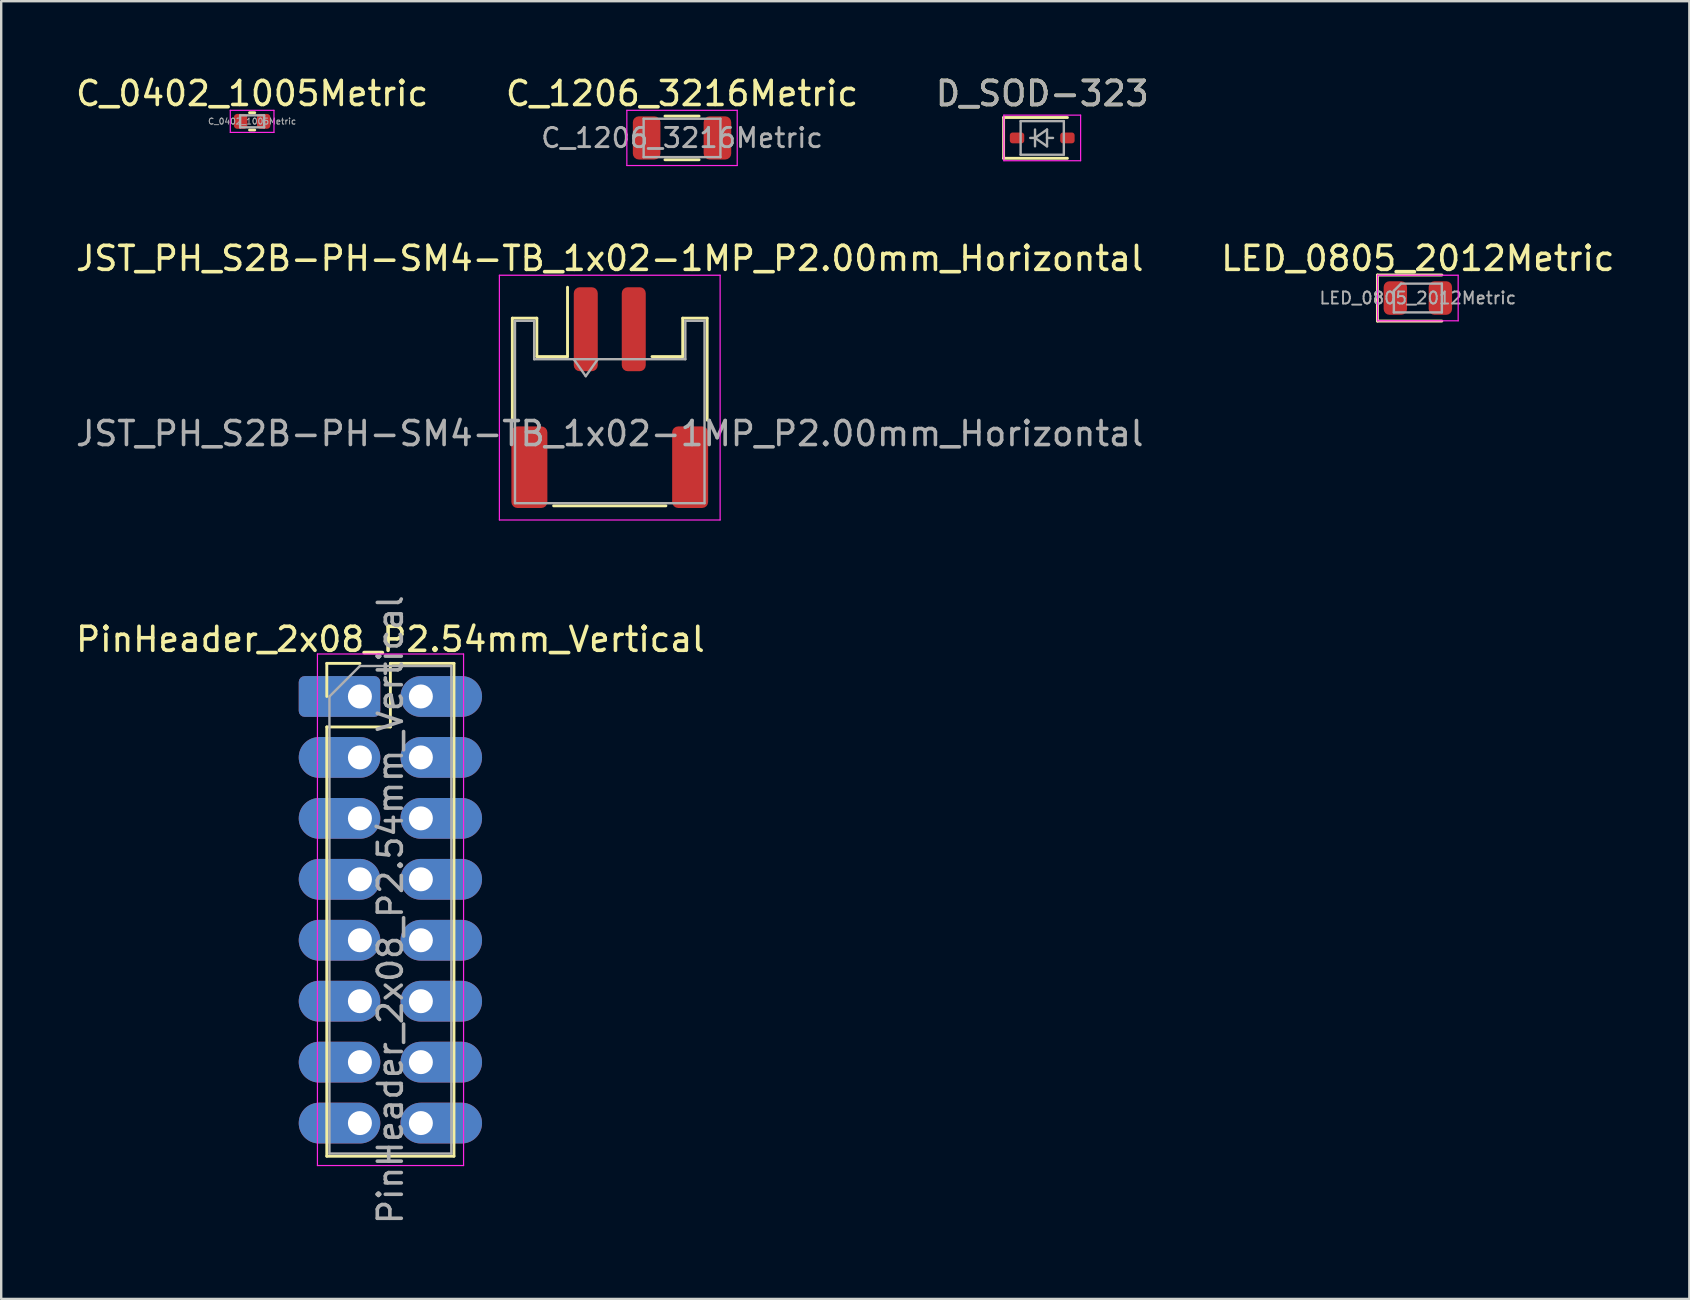
<source format=kicad_pcb>
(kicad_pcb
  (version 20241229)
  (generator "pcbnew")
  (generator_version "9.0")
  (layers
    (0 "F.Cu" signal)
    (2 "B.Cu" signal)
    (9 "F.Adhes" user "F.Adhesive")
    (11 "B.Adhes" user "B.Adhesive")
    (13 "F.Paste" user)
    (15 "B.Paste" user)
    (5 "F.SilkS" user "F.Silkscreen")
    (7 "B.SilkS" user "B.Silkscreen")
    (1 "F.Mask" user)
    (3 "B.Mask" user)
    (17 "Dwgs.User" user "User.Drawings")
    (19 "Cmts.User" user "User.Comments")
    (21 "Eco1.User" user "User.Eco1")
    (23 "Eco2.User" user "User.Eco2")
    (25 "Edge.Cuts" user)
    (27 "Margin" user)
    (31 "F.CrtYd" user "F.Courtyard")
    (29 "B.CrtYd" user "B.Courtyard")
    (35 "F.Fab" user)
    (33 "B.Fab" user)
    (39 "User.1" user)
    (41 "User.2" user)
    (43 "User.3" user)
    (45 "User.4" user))
  (footprint "D_SOD-323"
    (layer "F.Cu")
    (at 40.387 2.698)
    (property "Reference" "D_SOD-323" (at 0 -1.85 0) (layer "F.SilkS") (effects (font (size 1 1) (thickness 0.15))))
    (attr smd)
    (fp_line (start -1.61 -0.85) (end -1.61 0.85) (stroke (width 0.12) (type solid)) (layer "F.SilkS"))
    (fp_line (start -1.61 -0.85) (end 1.05 -0.85) (stroke (width 0.12) (type solid)) (layer "F.SilkS"))
    (fp_line (start -1.61 0.85) (end 1.05 0.85) (stroke (width 0.12) (type solid)) (layer "F.SilkS"))
    (fp_line (start -1.6 -0.95) (end -1.6 0.95) (stroke (width 0.05) (type solid)) (layer "F.CrtYd"))
    (fp_line (start -1.6 -0.95) (end 1.6 -0.95) (stroke (width 0.05) (type solid)) (layer "F.CrtYd"))
    (fp_line (start -1.6 0.95) (end 1.6 0.95) (stroke (width 0.05) (type solid)) (layer "F.CrtYd"))
    (fp_line (start 1.6 -0.95) (end 1.6 0.95) (stroke (width 0.05) (type solid)) (layer "F.CrtYd"))
    (fp_line (start -0.9 -0.7) (end 0.9 -0.7) (stroke (width 0.1) (type solid)) (layer "F.Fab"))
    (fp_line (start -0.9 0.7) (end -0.9 -0.7) (stroke (width 0.1) (type solid)) (layer "F.Fab"))
    (fp_line (start -0.3 -0.35) (end -0.3 0.35) (stroke (width 0.1) (type solid)) (layer "F.Fab"))
    (fp_line (start -0.3 0) (end -0.5 0) (stroke (width 0.1) (type solid)) (layer "F.Fab"))
    (fp_line (start -0.3 0) (end 0.2 -0.35) (stroke (width 0.1) (type solid)) (layer "F.Fab"))
    (fp_line (start 0.2 -0.35) (end 0.2 0.35) (stroke (width 0.1) (type solid)) (layer "F.Fab"))
    (fp_line (start 0.2 0) (end 0.45 0) (stroke (width 0.1) (type solid)) (layer "F.Fab"))
    (fp_line (start 0.2 0.35) (end -0.3 0) (stroke (width 0.1) (type solid)) (layer "F.Fab"))
    (fp_line (start 0.9 -0.7) (end 0.9 0.7) (stroke (width 0.1) (type solid)) (layer "F.Fab"))
    (fp_line (start 0.9 0.7) (end -0.9 0.7) (stroke (width 0.1) (type solid)) (layer "F.Fab"))
    (fp_text user "${REFERENCE}" (at 0 -1.85 0) (layer "F.Fab") (effects (font (size 1 1) (thickness 0.15))))
    (pad "1" smd roundrect (at -1.05 0) (size 0.6 0.45) (layers "F.Cu" "F.Mask" "F.Paste") (roundrect_rratio 0.25))
    (pad "2" smd roundrect (at 1.05 0) (size 0.6 0.45) (layers "F.Cu" "F.Mask" "F.Paste") (roundrect_rratio 0.25)))
  (footprint "C_0402_1005Metric"
    (layer "F.Cu")
    (at 7.458 2.008)
    (property "Reference" "C_0402_1005Metric" (at 0 -1.16 0) (layer "F.SilkS") (effects (font (size 1 1) (thickness 0.15))))
    (attr smd)
    (fp_line (start -0.108 -0.36) (end 0.108 -0.36) (stroke (width 0.12) (type solid)) (layer "F.SilkS"))
    (fp_line (start -0.108 0.36) (end 0.108 0.36) (stroke (width 0.12) (type solid)) (layer "F.SilkS"))
    (fp_line (start -0.91 -0.46) (end 0.91 -0.46) (stroke (width 0.05) (type solid)) (layer "F.CrtYd"))
    (fp_line (start -0.91 0.46) (end -0.91 -0.46) (stroke (width 0.05) (type solid)) (layer "F.CrtYd"))
    (fp_line (start 0.91 -0.46) (end 0.91 0.46) (stroke (width 0.05) (type solid)) (layer "F.CrtYd"))
    (fp_line (start 0.91 0.46) (end -0.91 0.46) (stroke (width 0.05) (type solid)) (layer "F.CrtYd"))
    (fp_line (start -0.5 -0.25) (end 0.5 -0.25) (stroke (width 0.1) (type solid)) (layer "F.Fab"))
    (fp_line (start -0.5 0.25) (end -0.5 -0.25) (stroke (width 0.1) (type solid)) (layer "F.Fab"))
    (fp_line (start 0.5 -0.25) (end 0.5 0.25) (stroke (width 0.1) (type solid)) (layer "F.Fab"))
    (fp_line (start 0.5 0.25) (end -0.5 0.25) (stroke (width 0.1) (type solid)) (layer "F.Fab"))
    (fp_text user "${REFERENCE}" (at 0 0 0) (layer "F.Fab") (effects (font (size 0.25 0.25) (thickness 0.04))))
    (pad "1" smd roundrect (at -0.48 0) (size 0.56 0.62) (layers "F.Cu" "F.Mask" "F.Paste") (roundrect_rratio 0.25))
    (pad "2" smd roundrect (at 0.48 0) (size 0.56 0.62) (layers "F.Cu" "F.Mask" "F.Paste") (roundrect_rratio 0.25)))
  (footprint "C_1206_3216Metric"
    (layer "F.Cu")
    (at 25.375 2.698)
    (property "Reference" "C_1206_3216Metric" (at 0 -1.85 0) (layer "F.SilkS") (effects (font (size 1 1) (thickness 0.15))))
    (attr smd)
    (fp_line (start -0.711 -0.91) (end 0.711 -0.91) (stroke (width 0.12) (type solid)) (layer "F.SilkS"))
    (fp_line (start -0.711 0.91) (end 0.711 0.91) (stroke (width 0.12) (type solid)) (layer "F.SilkS"))
    (fp_line (start -2.3 -1.15) (end 2.3 -1.15) (stroke (width 0.05) (type solid)) (layer "F.CrtYd"))
    (fp_line (start -2.3 1.15) (end -2.3 -1.15) (stroke (width 0.05) (type solid)) (layer "F.CrtYd"))
    (fp_line (start 2.3 -1.15) (end 2.3 1.15) (stroke (width 0.05) (type solid)) (layer "F.CrtYd"))
    (fp_line (start 2.3 1.15) (end -2.3 1.15) (stroke (width 0.05) (type solid)) (layer "F.CrtYd"))
    (fp_line (start -1.6 -0.8) (end 1.6 -0.8) (stroke (width 0.1) (type solid)) (layer "F.Fab"))
    (fp_line (start -1.6 0.8) (end -1.6 -0.8) (stroke (width 0.1) (type solid)) (layer "F.Fab"))
    (fp_line (start 1.6 -0.8) (end 1.6 0.8) (stroke (width 0.1) (type solid)) (layer "F.Fab"))
    (fp_line (start 1.6 0.8) (end -1.6 0.8) (stroke (width 0.1) (type solid)) (layer "F.Fab"))
    (fp_text user "${REFERENCE}" (at 0 0 0) (layer "F.Fab") (effects (font (size 0.8 0.8) (thickness 0.12))))
    (pad "1" smd roundrect (at -1.475 0) (size 1.15 1.8) (layers "F.Cu" "F.Mask" "F.Paste") (roundrect_rratio 0.217))
    (pad "2" smd roundrect (at 1.475 0) (size 1.15 1.8) (layers "F.Cu" "F.Mask" "F.Paste") (roundrect_rratio 0.217)))
  (footprint "JST_PH_S2B-PH-SM4-TB_1x02-1MP_P2.00mm_Horizontal"
    (layer "F.Cu")
    (at 22.363 13.521)
    (property "Reference" "JST_PH_S2B-PH-SM4-TB_1x02-1MP_P2.00mm_Horizontal" (at 0 -5.8 0) (layer "F.SilkS") (effects (font (size 1 1) (thickness 0.15))))
    (attr smd)
    (fp_line (start -4.06 -3.31) (end -3.04 -3.31) (stroke (width 0.12) (type solid)) (layer "F.SilkS"))
    (fp_line (start -4.06 0.94) (end -4.06 -3.31) (stroke (width 0.12) (type solid)) (layer "F.SilkS"))
    (fp_line (start -3.04 -3.31) (end -3.04 -1.71) (stroke (width 0.12) (type solid)) (layer "F.SilkS"))
    (fp_line (start -3.04 -1.71) (end -1.76 -1.71) (stroke (width 0.12) (type solid)) (layer "F.SilkS"))
    (fp_line (start -2.34 4.51) (end 2.34 4.51) (stroke (width 0.12) (type solid)) (layer "F.SilkS"))
    (fp_line (start -1.76 -1.71) (end -1.76 -4.6) (stroke (width 0.12) (type solid)) (layer "F.SilkS"))
    (fp_line (start 3.04 -3.31) (end 3.04 -1.71) (stroke (width 0.12) (type solid)) (layer "F.SilkS"))
    (fp_line (start 3.04 -1.71) (end 1.76 -1.71) (stroke (width 0.12) (type solid)) (layer "F.SilkS"))
    (fp_line (start 4.06 -3.31) (end 3.04 -3.31) (stroke (width 0.12) (type solid)) (layer "F.SilkS"))
    (fp_line (start 4.06 0.94) (end 4.06 -3.31) (stroke (width 0.12) (type solid)) (layer "F.SilkS"))
    (fp_line (start -4.6 -5.1) (end -4.6 5.1) (stroke (width 0.05) (type solid)) (layer "F.CrtYd"))
    (fp_line (start -4.6 5.1) (end 4.6 5.1) (stroke (width 0.05) (type solid)) (layer "F.CrtYd"))
    (fp_line (start 4.6 -5.1) (end -4.6 -5.1) (stroke (width 0.05) (type solid)) (layer "F.CrtYd"))
    (fp_line (start 4.6 5.1) (end 4.6 -5.1) (stroke (width 0.05) (type solid)) (layer "F.CrtYd"))
    (fp_line (start -3.95 -3.2) (end -3.95 4.4) (stroke (width 0.1) (type solid)) (layer "F.Fab"))
    (fp_line (start -3.95 -3.2) (end -3.15 -3.2) (stroke (width 0.1) (type solid)) (layer "F.Fab"))
    (fp_line (start -3.95 4.4) (end 3.95 4.4) (stroke (width 0.1) (type solid)) (layer "F.Fab"))
    (fp_line (start -3.15 -3.2) (end -3.15 -1.6) (stroke (width 0.1) (type solid)) (layer "F.Fab"))
    (fp_line (start -3.15 -1.6) (end 3.15 -1.6) (stroke (width 0.1) (type solid)) (layer "F.Fab"))
    (fp_line (start -1.5 -1.6) (end -1 -0.893) (stroke (width 0.1) (type solid)) (layer "F.Fab"))
    (fp_line (start -1 -0.893) (end -0.5 -1.6) (stroke (width 0.1) (type solid)) (layer "F.Fab"))
    (fp_line (start 3.15 -3.2) (end 3.95 -3.2) (stroke (width 0.1) (type solid)) (layer "F.Fab"))
    (fp_line (start 3.15 -1.6) (end 3.15 -3.2) (stroke (width 0.1) (type solid)) (layer "F.Fab"))
    (fp_line (start 3.95 -3.2) (end 3.95 4.4) (stroke (width 0.1) (type solid)) (layer "F.Fab"))
    (fp_text user "${REFERENCE}" (at 0 1.5 0) (layer "F.Fab") (effects (font (size 1 1) (thickness 0.15))))
    (pad "1" smd roundrect (at -1 -2.85) (size 1 3.5) (layers "F.Cu" "F.Mask" "F.Paste") (roundrect_rratio 0.25))
    (pad "2" smd roundrect (at 1 -2.85) (size 1 3.5) (layers "F.Cu" "F.Mask" "F.Paste") (roundrect_rratio 0.25))
    (pad "MP" smd roundrect (at -3.35 2.9) (size 1.5 3.4) (layers "F.Cu" "F.Mask" "F.Paste") (roundrect_rratio 0.167))
    (pad "MP" smd roundrect (at 3.35 2.9) (size 1.5 3.4) (layers "F.Cu" "F.Mask" "F.Paste") (roundrect_rratio 0.167)))
  (footprint "PinHeader_2x08_P2.54mm_Vertical"
    (layer "F.Cu")
    (at 11.95 25.977)
    (property "Reference" "PinHeader_2x08_P2.54mm_Vertical" (at 1.27 -2.38 0) (layer "F.SilkS") (effects (font (size 1 1) (thickness 0.15))))
    (attr through_hole)
    (fp_line (start -1.38 -1.38) (end 0 -1.38) (stroke (width 0.12) (type solid)) (layer "F.SilkS"))
    (fp_line (start -1.38 0) (end -1.38 -1.38) (stroke (width 0.12) (type solid)) (layer "F.SilkS"))
    (fp_line (start -1.38 1.27) (end -1.38 19.16) (stroke (width 0.12) (type solid)) (layer "F.SilkS"))
    (fp_line (start -1.38 1.27) (end 1.27 1.27) (stroke (width 0.12) (type solid)) (layer "F.SilkS"))
    (fp_line (start -1.38 19.16) (end 3.92 19.16) (stroke (width 0.12) (type solid)) (layer "F.SilkS"))
    (fp_line (start 1.27 -1.38) (end 3.92 -1.38) (stroke (width 0.12) (type solid)) (layer "F.SilkS"))
    (fp_line (start 1.27 1.27) (end 1.27 -1.38) (stroke (width 0.12) (type solid)) (layer "F.SilkS"))
    (fp_line (start 3.92 -1.38) (end 3.92 19.16) (stroke (width 0.12) (type solid)) (layer "F.SilkS"))
    (fp_line (start -1.77 -1.77) (end -1.77 19.55) (stroke (width 0.05) (type solid)) (layer "F.CrtYd"))
    (fp_line (start -1.77 19.55) (end 4.32 19.55) (stroke (width 0.05) (type solid)) (layer "F.CrtYd"))
    (fp_line (start 4.32 -1.77) (end -1.77 -1.77) (stroke (width 0.05) (type solid)) (layer "F.CrtYd"))
    (fp_line (start 4.32 19.55) (end 4.32 -1.77) (stroke (width 0.05) (type solid)) (layer "F.CrtYd"))
    (fp_line (start -1.27 0) (end 0 -1.27) (stroke (width 0.1) (type solid)) (layer "F.Fab"))
    (fp_line (start -1.27 19.05) (end -1.27 0) (stroke (width 0.1) (type solid)) (layer "F.Fab"))
    (fp_line (start 0 -1.27) (end 3.81 -1.27) (stroke (width 0.1) (type solid)) (layer "F.Fab"))
    (fp_line (start 3.81 -1.27) (end 3.81 19.05) (stroke (width 0.1) (type solid)) (layer "F.Fab"))
    (fp_line (start 3.81 19.05) (end -1.27 19.05) (stroke (width 0.1) (type solid)) (layer "F.Fab"))
    (fp_text user "${REFERENCE}" (at 1.27 8.89 90) (layer "F.Fab") (effects (font (size 1 1) (thickness 0.15))))
    (pad "1" thru_hole roundrect (at 0 0) (size 3.4 1.7) (drill 1 (offset -0.85 0)) (layers "*.Cu" "*.Mask") (roundrect_rratio 0.147))
    (pad "2" thru_hole oval (at 2.54 0) (size 3.4 1.7) (drill 1 (offset 0.85 0)) (layers "*.Cu" "*.Mask"))
    (pad "3" thru_hole oval (at 0 2.54) (size 3.4 1.7) (drill 1 (offset -0.85 0)) (layers "*.Cu" "*.Mask"))
    (pad "4" thru_hole oval (at 2.54 2.54) (size 3.4 1.7) (drill 1 (offset 0.85 0)) (layers "*.Cu" "*.Mask"))
    (pad "5" thru_hole oval (at 0 5.08) (size 3.4 1.7) (drill 1 (offset -0.85 0)) (layers "*.Cu" "*.Mask"))
    (pad "6" thru_hole oval (at 2.54 5.08) (size 3.4 1.7) (drill 1 (offset 0.85 0)) (layers "*.Cu" "*.Mask"))
    (pad "7" thru_hole oval (at 0 7.62) (size 3.4 1.7) (drill 1 (offset -0.85 0)) (layers "*.Cu" "*.Mask"))
    (pad "8" thru_hole oval (at 2.54 7.62) (size 3.4 1.7) (drill 1 (offset 0.85 0)) (layers "*.Cu" "*.Mask"))
    (pad "9" thru_hole oval (at 0 10.16) (size 3.4 1.7) (drill 1 (offset -0.85 0)) (layers "*.Cu" "*.Mask"))
    (pad "10" thru_hole oval (at 2.54 10.16) (size 3.4 1.7) (drill 1 (offset 0.85 0)) (layers "*.Cu" "*.Mask"))
    (pad "11" thru_hole oval (at 0 12.7) (size 3.4 1.7) (drill 1 (offset -0.85 0)) (layers "*.Cu" "*.Mask"))
    (pad "12" thru_hole oval (at 2.54 12.7) (size 3.4 1.7) (drill 1 (offset 0.85 0)) (layers "*.Cu" "*.Mask"))
    (pad "13" thru_hole oval (at 0 15.24) (size 3.4 1.7) (drill 1 (offset -0.85 0)) (layers "*.Cu" "*.Mask"))
    (pad "14" thru_hole oval (at 2.54 15.24) (size 3.4 1.7) (drill 1 (offset 0.85 0)) (layers "*.Cu" "*.Mask"))
    (pad "15" thru_hole oval (at 0 17.78) (size 3.4 1.7) (drill 1 (offset -0.85 0)) (layers "*.Cu" "*.Mask"))
    (pad "16" thru_hole oval (at 2.54 17.78) (size 3.4 1.7) (drill 1 (offset 0.85 0)) (layers "*.Cu" "*.Mask")))
  (footprint "LED_0805_2012Metric"
    (layer "F.Cu")
    (at 56.042 9.371)
    (property "Reference" "LED_0805_2012Metric" (at 0 -1.65 0) (layer "F.SilkS") (effects (font (size 1 1) (thickness 0.15))))
    (attr smd)
    (fp_line (start -1.685 -0.96) (end -1.685 0.96) (stroke (width 0.12) (type solid)) (layer "F.SilkS"))
    (fp_line (start -1.685 0.96) (end 1 0.96) (stroke (width 0.12) (type solid)) (layer "F.SilkS"))
    (fp_line (start 1 -0.96) (end -1.685 -0.96) (stroke (width 0.12) (type solid)) (layer "F.SilkS"))
    (fp_line (start -1.68 -0.95) (end 1.68 -0.95) (stroke (width 0.05) (type solid)) (layer "F.CrtYd"))
    (fp_line (start -1.68 0.95) (end -1.68 -0.95) (stroke (width 0.05) (type solid)) (layer "F.CrtYd"))
    (fp_line (start 1.68 -0.95) (end 1.68 0.95) (stroke (width 0.05) (type solid)) (layer "F.CrtYd"))
    (fp_line (start 1.68 0.95) (end -1.68 0.95) (stroke (width 0.05) (type solid)) (layer "F.CrtYd"))
    (fp_line (start -1 -0.3) (end -1 0.6) (stroke (width 0.1) (type solid)) (layer "F.Fab"))
    (fp_line (start -1 0.6) (end 1 0.6) (stroke (width 0.1) (type solid)) (layer "F.Fab"))
    (fp_line (start -0.7 -0.6) (end -1 -0.3) (stroke (width 0.1) (type solid)) (layer "F.Fab"))
    (fp_line (start 1 -0.6) (end -0.7 -0.6) (stroke (width 0.1) (type solid)) (layer "F.Fab"))
    (fp_line (start 1 0.6) (end 1 -0.6) (stroke (width 0.1) (type solid)) (layer "F.Fab"))
    (fp_text user "${REFERENCE}" (at 0 0 0) (layer "F.Fab") (effects (font (size 0.5 0.5) (thickness 0.08))))
    (pad "1" smd roundrect (at -0.938 0) (size 0.975 1.4) (layers "F.Cu" "F.Mask" "F.Paste") (roundrect_rratio 0.25))
    (pad "2" smd roundrect (at 0.938 0) (size 0.975 1.4) (layers "F.Cu" "F.Mask" "F.Paste") (roundrect_rratio 0.25)))
  (gr_rect
    (start -3 -3)
    (end 67.357 51.087)
    (stroke (width 0.1) (type default))
    (fill no)
    (layer "Edge.Cuts")))
</source>
